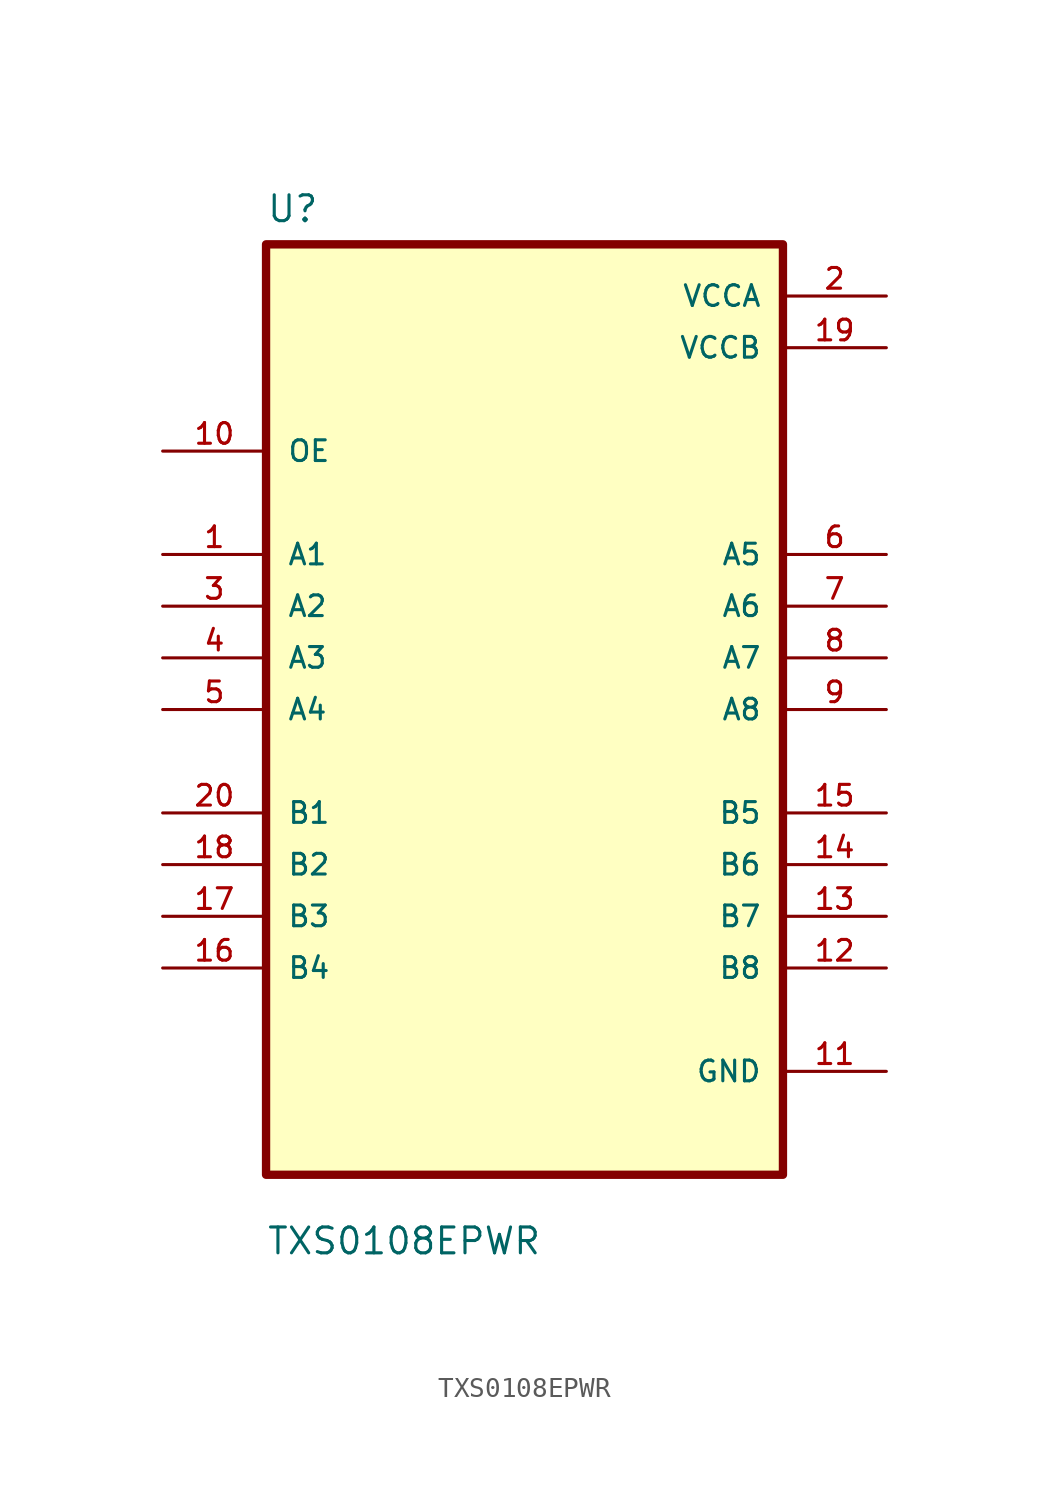
<source format=kicad_sym>
(kicad_symbol_lib
  (version 20211014)
  (generator kicad_symbol_editor)
  (symbol "TXS0108EPWR"
    (pin_names
      (offset 1.016))
    (property "Reference" "U"
      (at -12.7 23.86 0.0)
      (effects (font (size 1.27 1.27)) (justify bottom left)))
    (property "Value" "TXS0108EPWR"
      (at -12.7 -26.86 0.0)
      (effects (font (size 1.27 1.27)) (justify bottom left)))
    (symbol "TXS0108EPWR_0_0"
      (rectangle (start -12.7 -22.86) (end 12.7 22.86) (stroke (width 0.41)) (fill (type background)))
      (pin input line (at -17.78 12.7 0) (length 5.08) (name "OE" (effects (font (size 1.016 1.016)))) (number "10" (effects (font (size 1.016 1.016)))))
      (pin bidirectional line (at -17.78 7.62 0) (length 5.08) (name "A1" (effects (font (size 1.016 1.016)))) (number "1" (effects (font (size 1.016 1.016)))))
      (pin bidirectional line (at -17.78 5.08 0) (length 5.08) (name "A2" (effects (font (size 1.016 1.016)))) (number "3" (effects (font (size 1.016 1.016)))))
      (pin bidirectional line (at -17.78 2.54 0) (length 5.08) (name "A3" (effects (font (size 1.016 1.016)))) (number "4" (effects (font (size 1.016 1.016)))))
      (pin bidirectional line (at -17.78 0.0 0) (length 5.08) (name "A4" (effects (font (size 1.016 1.016)))) (number "5" (effects (font (size 1.016 1.016)))))
      (pin bidirectional line (at -17.78 -5.08 0) (length 5.08) (name "B1" (effects (font (size 1.016 1.016)))) (number "20" (effects (font (size 1.016 1.016)))))
      (pin bidirectional line (at -17.78 -7.62 0) (length 5.08) (name "B2" (effects (font (size 1.016 1.016)))) (number "18" (effects (font (size 1.016 1.016)))))
      (pin bidirectional line (at -17.78 -10.16 0) (length 5.08) (name "B3" (effects (font (size 1.016 1.016)))) (number "17" (effects (font (size 1.016 1.016)))))
      (pin bidirectional line (at -17.78 -12.7 0) (length 5.08) (name "B4" (effects (font (size 1.016 1.016)))) (number "16" (effects (font (size 1.016 1.016)))))
      (pin power_in line (at 17.78 20.32 180.0) (length 5.08) (name "VCCA" (effects (font (size 1.016 1.016)))) (number "2" (effects (font (size 1.016 1.016)))))
      (pin power_in line (at 17.78 17.78 180.0) (length 5.08) (name "VCCB" (effects (font (size 1.016 1.016)))) (number "19" (effects (font (size 1.016 1.016)))))
      (pin bidirectional line (at 17.78 7.62 180.0) (length 5.08) (name "A5" (effects (font (size 1.016 1.016)))) (number "6" (effects (font (size 1.016 1.016)))))
      (pin bidirectional line (at 17.78 5.08 180.0) (length 5.08) (name "A6" (effects (font (size 1.016 1.016)))) (number "7" (effects (font (size 1.016 1.016)))))
      (pin bidirectional line (at 17.78 2.54 180.0) (length 5.08) (name "A7" (effects (font (size 1.016 1.016)))) (number "8" (effects (font (size 1.016 1.016)))))
      (pin bidirectional line (at 17.78 8.88178e-16 180.0) (length 5.08) (name "A8" (effects (font (size 1.016 1.016)))) (number "9" (effects (font (size 1.016 1.016)))))
      (pin bidirectional line (at 17.78 -5.08 180.0) (length 5.08) (name "B5" (effects (font (size 1.016 1.016)))) (number "15" (effects (font (size 1.016 1.016)))))
      (pin bidirectional line (at 17.78 -7.62 180.0) (length 5.08) (name "B6" (effects (font (size 1.016 1.016)))) (number "14" (effects (font (size 1.016 1.016)))))
      (pin bidirectional line (at 17.78 -10.16 180.0) (length 5.08) (name "B7" (effects (font (size 1.016 1.016)))) (number "13" (effects (font (size 1.016 1.016)))))
      (pin bidirectional line (at 17.78 -12.7 180.0) (length 5.08) (name "B8" (effects (font (size 1.016 1.016)))) (number "12" (effects (font (size 1.016 1.016)))))
      (pin power_in line (at 17.78 -17.78 180.0) (length 5.08) (name "GND" (effects (font (size 1.016 1.016)))) (number "11" (effects (font (size 1.016 1.016))))))))
</source>
